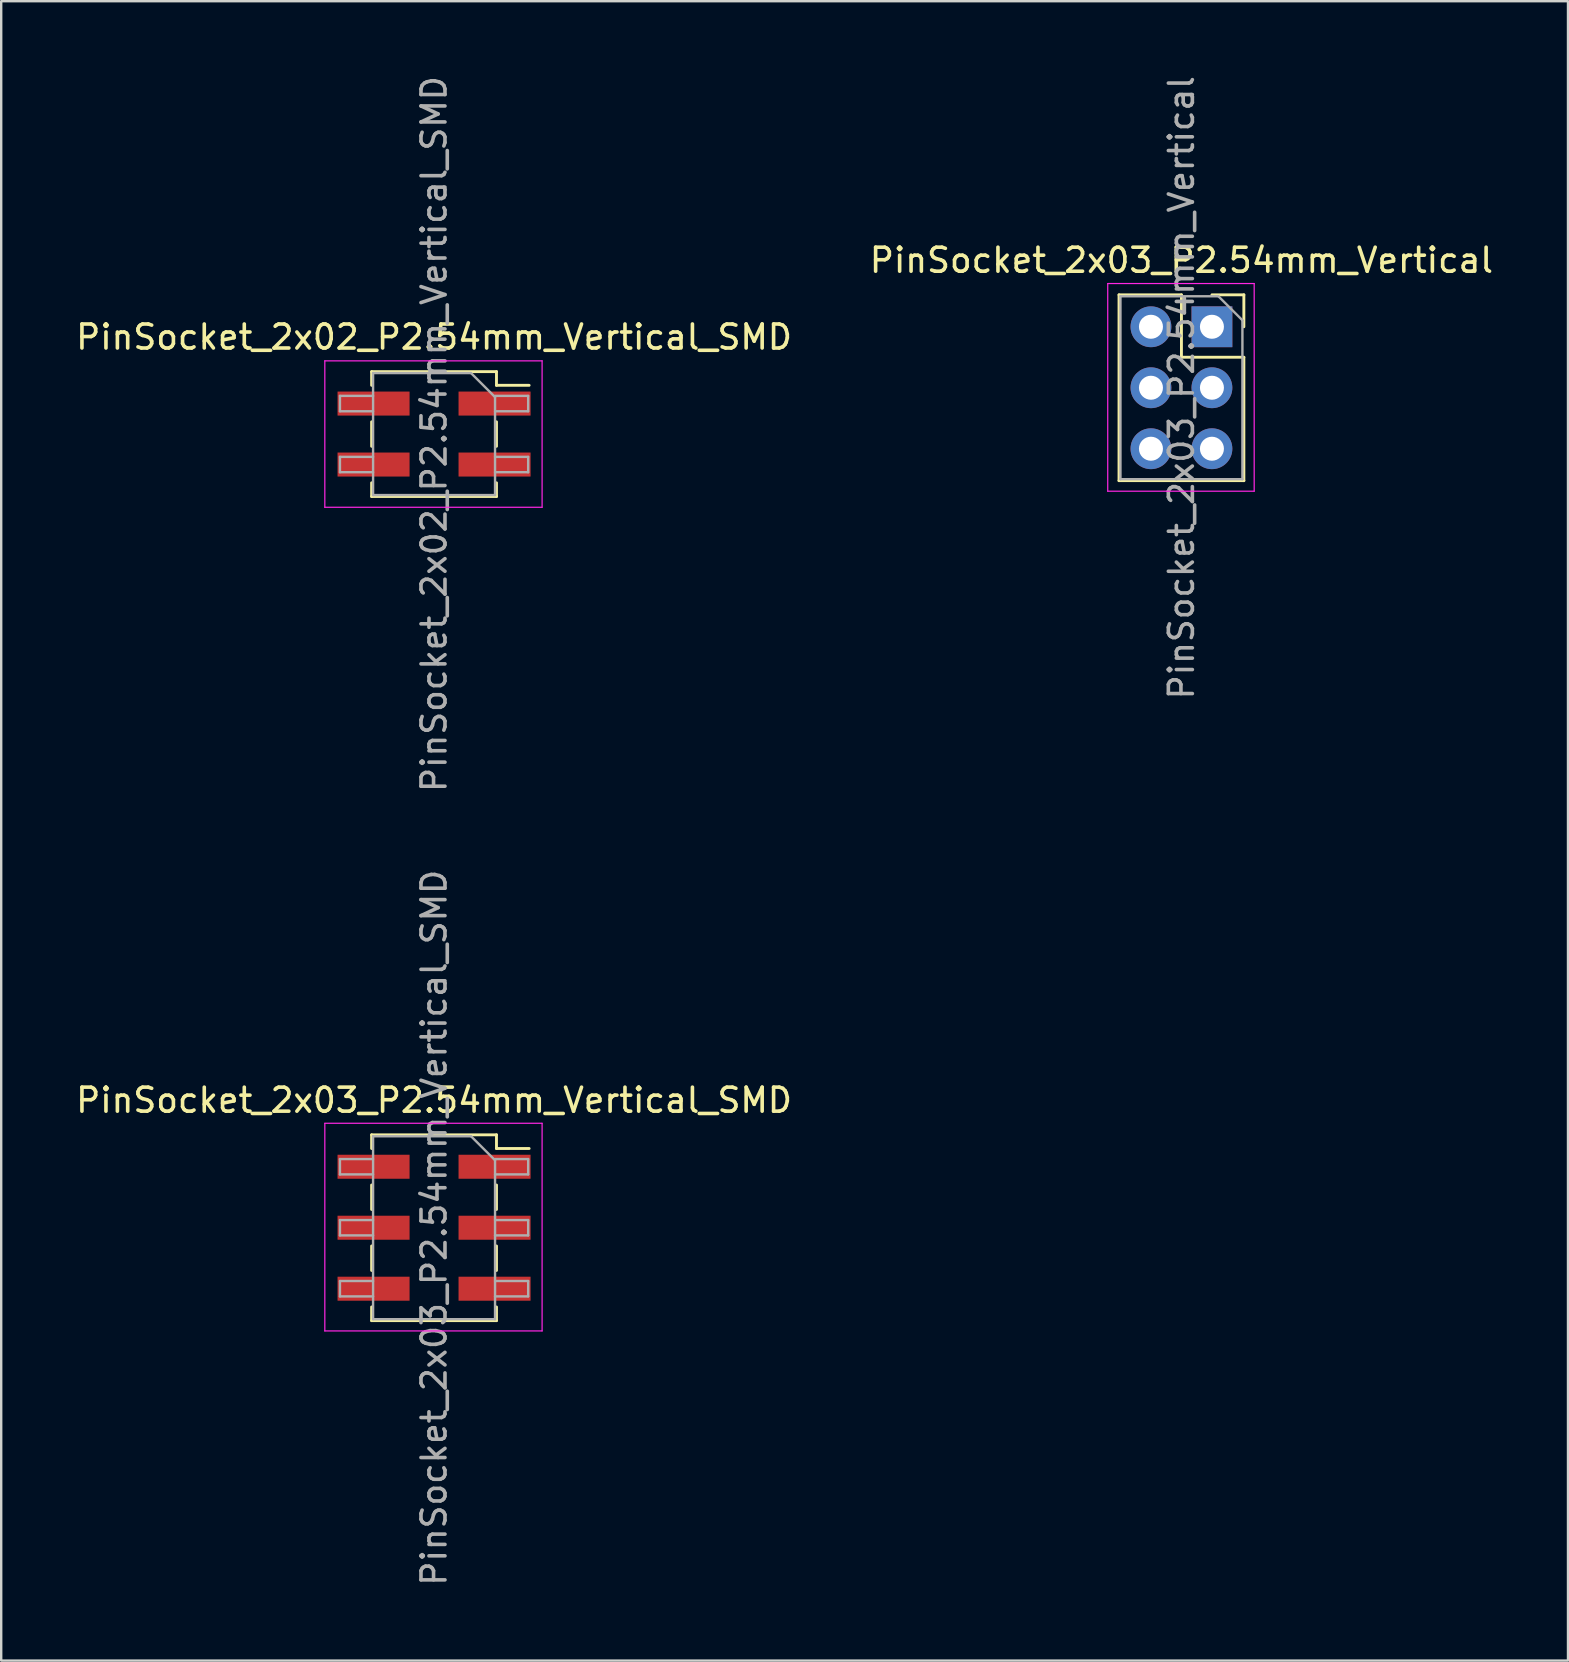
<source format=kicad_pcb>
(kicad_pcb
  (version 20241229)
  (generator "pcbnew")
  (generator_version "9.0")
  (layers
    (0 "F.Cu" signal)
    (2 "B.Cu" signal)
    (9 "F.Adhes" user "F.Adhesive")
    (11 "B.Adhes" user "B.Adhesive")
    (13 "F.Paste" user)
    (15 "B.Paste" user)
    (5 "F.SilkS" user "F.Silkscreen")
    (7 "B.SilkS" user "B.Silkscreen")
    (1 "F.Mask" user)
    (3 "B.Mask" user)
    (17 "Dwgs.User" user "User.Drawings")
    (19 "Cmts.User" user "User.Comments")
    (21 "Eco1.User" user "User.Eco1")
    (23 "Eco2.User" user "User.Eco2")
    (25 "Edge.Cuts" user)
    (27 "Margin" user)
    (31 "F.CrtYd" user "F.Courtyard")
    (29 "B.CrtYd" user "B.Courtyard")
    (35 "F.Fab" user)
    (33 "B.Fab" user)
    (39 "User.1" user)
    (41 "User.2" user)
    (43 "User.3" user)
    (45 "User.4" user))
  (footprint "PinSocket_2x02_P2.54mm_Vertical_SMD"
    (layer "F.Cu")
    (at 15.03 15.03)
    (property "Reference" "PinSocket_2x02_P2.54mm_Vertical_SMD" (at 0 -4.04 0) (layer "F.SilkS") (effects (font (size 1 1) (thickness 0.15))))
    (attr smd)
    (fp_line (start -2.6 -2.6) (end -2.6 -2.03) (stroke (width 0.12) (type solid)) (layer "F.SilkS"))
    (fp_line (start -2.6 -2.6) (end 2.6 -2.6) (stroke (width 0.12) (type solid)) (layer "F.SilkS"))
    (fp_line (start -2.6 -0.51) (end -2.6 0.51) (stroke (width 0.12) (type solid)) (layer "F.SilkS"))
    (fp_line (start -2.6 2.03) (end -2.6 2.6) (stroke (width 0.12) (type solid)) (layer "F.SilkS"))
    (fp_line (start -2.6 2.6) (end 2.6 2.6) (stroke (width 0.12) (type solid)) (layer "F.SilkS"))
    (fp_line (start 2.6 -2.6) (end 2.6 -2.03) (stroke (width 0.12) (type solid)) (layer "F.SilkS"))
    (fp_line (start 2.6 -2.03) (end 3.96 -2.03) (stroke (width 0.12) (type solid)) (layer "F.SilkS"))
    (fp_line (start 2.6 -0.51) (end 2.6 0.51) (stroke (width 0.12) (type solid)) (layer "F.SilkS"))
    (fp_line (start 2.6 2.03) (end 2.6 2.6) (stroke (width 0.12) (type solid)) (layer "F.SilkS"))
    (fp_line (start -4.55 -3.05) (end 4.5 -3.05) (stroke (width 0.05) (type solid)) (layer "F.CrtYd"))
    (fp_line (start -4.55 3.05) (end -4.55 -3.05) (stroke (width 0.05) (type solid)) (layer "F.CrtYd"))
    (fp_line (start 4.5 -3.05) (end 4.5 3.05) (stroke (width 0.05) (type solid)) (layer "F.CrtYd"))
    (fp_line (start 4.5 3.05) (end -4.55 3.05) (stroke (width 0.05) (type solid)) (layer "F.CrtYd"))
    (fp_line (start -3.92 -1.59) (end -2.54 -1.59) (stroke (width 0.1) (type solid)) (layer "F.Fab"))
    (fp_line (start -3.92 -0.95) (end -3.92 -1.59) (stroke (width 0.1) (type solid)) (layer "F.Fab"))
    (fp_line (start -3.92 0.95) (end -2.54 0.95) (stroke (width 0.1) (type solid)) (layer "F.Fab"))
    (fp_line (start -3.92 1.59) (end -3.92 0.95) (stroke (width 0.1) (type solid)) (layer "F.Fab"))
    (fp_line (start -2.54 -2.54) (end 1.54 -2.54) (stroke (width 0.1) (type solid)) (layer "F.Fab"))
    (fp_line (start -2.54 -0.95) (end -3.92 -0.95) (stroke (width 0.1) (type solid)) (layer "F.Fab"))
    (fp_line (start -2.54 1.59) (end -3.92 1.59) (stroke (width 0.1) (type solid)) (layer "F.Fab"))
    (fp_line (start -2.54 2.54) (end -2.54 -2.54) (stroke (width 0.1) (type solid)) (layer "F.Fab"))
    (fp_line (start 1.54 -2.54) (end 2.54 -1.54) (stroke (width 0.1) (type solid)) (layer "F.Fab"))
    (fp_line (start 2.54 -1.59) (end 3.92 -1.59) (stroke (width 0.1) (type solid)) (layer "F.Fab"))
    (fp_line (start 2.54 -1.54) (end 2.54 2.54) (stroke (width 0.1) (type solid)) (layer "F.Fab"))
    (fp_line (start 2.54 0.95) (end 3.92 0.95) (stroke (width 0.1) (type solid)) (layer "F.Fab"))
    (fp_line (start 2.54 2.54) (end -2.54 2.54) (stroke (width 0.1) (type solid)) (layer "F.Fab"))
    (fp_line (start 3.92 -1.59) (end 3.92 -0.95) (stroke (width 0.1) (type solid)) (layer "F.Fab"))
    (fp_line (start 3.92 -0.95) (end 2.54 -0.95) (stroke (width 0.1) (type solid)) (layer "F.Fab"))
    (fp_line (start 3.92 0.95) (end 3.92 1.59) (stroke (width 0.1) (type solid)) (layer "F.Fab"))
    (fp_line (start 3.92 1.59) (end 2.54 1.59) (stroke (width 0.1) (type solid)) (layer "F.Fab"))
    (fp_text user "${REFERENCE}" (at 0 0 90) (layer "F.Fab") (effects (font (size 1 1) (thickness 0.15))))
    (pad "1" smd rect (at 2.52 -1.27) (size 3 1) (layers "F.Cu" "F.Mask" "F.Paste"))
    (pad "2" smd rect (at -2.52 -1.27) (size 3 1) (layers "F.Cu" "F.Mask" "F.Paste"))
    (pad "3" smd rect (at 2.52 1.27) (size 3 1) (layers "F.Cu" "F.Mask" "F.Paste"))
    (pad "4" smd rect (at -2.52 1.27) (size 3 1) (layers "F.Cu" "F.Mask" "F.Paste")))
  (footprint "PinSocket_2x03_P2.54mm_Vertical"
    (layer "F.Cu")
    (at 47.431 10.561)
    (property "Reference" "PinSocket_2x03_P2.54mm_Vertical" (at -1.27 -2.77 0) (layer "F.SilkS") (effects (font (size 1 1) (thickness 0.15))))
    (attr through_hole)
    (fp_line (start -3.87 -1.33) (end -3.87 6.41) (stroke (width 0.12) (type solid)) (layer "F.SilkS"))
    (fp_line (start -3.87 -1.33) (end -1.27 -1.33) (stroke (width 0.12) (type solid)) (layer "F.SilkS"))
    (fp_line (start -3.87 6.41) (end 1.33 6.41) (stroke (width 0.12) (type solid)) (layer "F.SilkS"))
    (fp_line (start -1.27 -1.33) (end -1.27 1.27) (stroke (width 0.12) (type solid)) (layer "F.SilkS"))
    (fp_line (start -1.27 1.27) (end 1.33 1.27) (stroke (width 0.12) (type solid)) (layer "F.SilkS"))
    (fp_line (start 0 -1.33) (end 1.33 -1.33) (stroke (width 0.12) (type solid)) (layer "F.SilkS"))
    (fp_line (start 1.33 -1.33) (end 1.33 0) (stroke (width 0.12) (type solid)) (layer "F.SilkS"))
    (fp_line (start 1.33 1.27) (end 1.33 6.41) (stroke (width 0.12) (type solid)) (layer "F.SilkS"))
    (fp_line (start -4.34 -1.8) (end 1.76 -1.8) (stroke (width 0.05) (type solid)) (layer "F.CrtYd"))
    (fp_line (start -4.34 6.85) (end -4.34 -1.8) (stroke (width 0.05) (type solid)) (layer "F.CrtYd"))
    (fp_line (start 1.76 -1.8) (end 1.76 6.85) (stroke (width 0.05) (type solid)) (layer "F.CrtYd"))
    (fp_line (start 1.76 6.85) (end -4.34 6.85) (stroke (width 0.05) (type solid)) (layer "F.CrtYd"))
    (fp_line (start -3.81 -1.27) (end 0.27 -1.27) (stroke (width 0.1) (type solid)) (layer "F.Fab"))
    (fp_line (start -3.81 6.35) (end -3.81 -1.27) (stroke (width 0.1) (type solid)) (layer "F.Fab"))
    (fp_line (start 0.27 -1.27) (end 1.27 -0.27) (stroke (width 0.1) (type solid)) (layer "F.Fab"))
    (fp_line (start 1.27 -0.27) (end 1.27 6.35) (stroke (width 0.1) (type solid)) (layer "F.Fab"))
    (fp_line (start 1.27 6.35) (end -3.81 6.35) (stroke (width 0.1) (type solid)) (layer "F.Fab"))
    (fp_text user "${REFERENCE}" (at -1.27 2.54 90) (layer "F.Fab") (effects (font (size 1 1) (thickness 0.15))))
    (pad "1" thru_hole rect (at 0 0) (size 1.7 1.7) (drill 1) (layers "*.Cu" "*.Mask"))
    (pad "2" thru_hole oval (at -2.54 0) (size 1.7 1.7) (drill 1) (layers "*.Cu" "*.Mask"))
    (pad "3" thru_hole oval (at 0 2.54) (size 1.7 1.7) (drill 1) (layers "*.Cu" "*.Mask"))
    (pad "4" thru_hole oval (at -2.54 2.54) (size 1.7 1.7) (drill 1) (layers "*.Cu" "*.Mask"))
    (pad "5" thru_hole oval (at 0 5.08) (size 1.7 1.7) (drill 1) (layers "*.Cu" "*.Mask"))
    (pad "6" thru_hole oval (at -2.54 5.08) (size 1.7 1.7) (drill 1) (layers "*.Cu" "*.Mask")))
  (footprint "PinSocket_2x03_P2.54mm_Vertical_SMD"
    (layer "F.Cu")
    (at 15.03 48.089)
    (property "Reference" "PinSocket_2x03_P2.54mm_Vertical_SMD" (at 0 -5.31 0) (layer "F.SilkS") (effects (font (size 1 1) (thickness 0.15))))
    (attr smd)
    (fp_line (start -2.6 -3.87) (end -2.6 -3.3) (stroke (width 0.12) (type solid)) (layer "F.SilkS"))
    (fp_line (start -2.6 -3.87) (end 2.6 -3.87) (stroke (width 0.12) (type solid)) (layer "F.SilkS"))
    (fp_line (start -2.6 -1.78) (end -2.6 -0.76) (stroke (width 0.12) (type solid)) (layer "F.SilkS"))
    (fp_line (start -2.6 0.76) (end -2.6 1.78) (stroke (width 0.12) (type solid)) (layer "F.SilkS"))
    (fp_line (start -2.6 3.3) (end -2.6 3.87) (stroke (width 0.12) (type solid)) (layer "F.SilkS"))
    (fp_line (start -2.6 3.87) (end 2.6 3.87) (stroke (width 0.12) (type solid)) (layer "F.SilkS"))
    (fp_line (start 2.6 -3.87) (end 2.6 -3.3) (stroke (width 0.12) (type solid)) (layer "F.SilkS"))
    (fp_line (start 2.6 -3.3) (end 3.96 -3.3) (stroke (width 0.12) (type solid)) (layer "F.SilkS"))
    (fp_line (start 2.6 -1.78) (end 2.6 -0.76) (stroke (width 0.12) (type solid)) (layer "F.SilkS"))
    (fp_line (start 2.6 0.76) (end 2.6 1.78) (stroke (width 0.12) (type solid)) (layer "F.SilkS"))
    (fp_line (start 2.6 3.3) (end 2.6 3.87) (stroke (width 0.12) (type solid)) (layer "F.SilkS"))
    (fp_line (start -4.55 -4.35) (end 4.5 -4.35) (stroke (width 0.05) (type solid)) (layer "F.CrtYd"))
    (fp_line (start -4.55 4.3) (end -4.55 -4.35) (stroke (width 0.05) (type solid)) (layer "F.CrtYd"))
    (fp_line (start 4.5 -4.35) (end 4.5 4.3) (stroke (width 0.05) (type solid)) (layer "F.CrtYd"))
    (fp_line (start 4.5 4.3) (end -4.55 4.3) (stroke (width 0.05) (type solid)) (layer "F.CrtYd"))
    (fp_line (start -3.92 -2.86) (end -2.54 -2.86) (stroke (width 0.1) (type solid)) (layer "F.Fab"))
    (fp_line (start -3.92 -2.22) (end -3.92 -2.86) (stroke (width 0.1) (type solid)) (layer "F.Fab"))
    (fp_line (start -3.92 -0.32) (end -2.54 -0.32) (stroke (width 0.1) (type solid)) (layer "F.Fab"))
    (fp_line (start -3.92 0.32) (end -3.92 -0.32) (stroke (width 0.1) (type solid)) (layer "F.Fab"))
    (fp_line (start -3.92 2.22) (end -2.54 2.22) (stroke (width 0.1) (type solid)) (layer "F.Fab"))
    (fp_line (start -3.92 2.86) (end -3.92 2.22) (stroke (width 0.1) (type solid)) (layer "F.Fab"))
    (fp_line (start -2.54 -3.81) (end 1.54 -3.81) (stroke (width 0.1) (type solid)) (layer "F.Fab"))
    (fp_line (start -2.54 -2.22) (end -3.92 -2.22) (stroke (width 0.1) (type solid)) (layer "F.Fab"))
    (fp_line (start -2.54 0.32) (end -3.92 0.32) (stroke (width 0.1) (type solid)) (layer "F.Fab"))
    (fp_line (start -2.54 2.86) (end -3.92 2.86) (stroke (width 0.1) (type solid)) (layer "F.Fab"))
    (fp_line (start -2.54 3.81) (end -2.54 -3.81) (stroke (width 0.1) (type solid)) (layer "F.Fab"))
    (fp_line (start 1.54 -3.81) (end 2.54 -2.81) (stroke (width 0.1) (type solid)) (layer "F.Fab"))
    (fp_line (start 2.54 -2.86) (end 3.92 -2.86) (stroke (width 0.1) (type solid)) (layer "F.Fab"))
    (fp_line (start 2.54 -2.81) (end 2.54 3.81) (stroke (width 0.1) (type solid)) (layer "F.Fab"))
    (fp_line (start 2.54 -0.32) (end 3.92 -0.32) (stroke (width 0.1) (type solid)) (layer "F.Fab"))
    (fp_line (start 2.54 2.22) (end 3.92 2.22) (stroke (width 0.1) (type solid)) (layer "F.Fab"))
    (fp_line (start 2.54 3.81) (end -2.54 3.81) (stroke (width 0.1) (type solid)) (layer "F.Fab"))
    (fp_line (start 3.92 -2.86) (end 3.92 -2.22) (stroke (width 0.1) (type solid)) (layer "F.Fab"))
    (fp_line (start 3.92 -2.22) (end 2.54 -2.22) (stroke (width 0.1) (type solid)) (layer "F.Fab"))
    (fp_line (start 3.92 -0.32) (end 3.92 0.32) (stroke (width 0.1) (type solid)) (layer "F.Fab"))
    (fp_line (start 3.92 0.32) (end 2.54 0.32) (stroke (width 0.1) (type solid)) (layer "F.Fab"))
    (fp_line (start 3.92 2.22) (end 3.92 2.86) (stroke (width 0.1) (type solid)) (layer "F.Fab"))
    (fp_line (start 3.92 2.86) (end 2.54 2.86) (stroke (width 0.1) (type solid)) (layer "F.Fab"))
    (fp_text user "${REFERENCE}" (at 0 0 90) (layer "F.Fab") (effects (font (size 1 1) (thickness 0.15))))
    (pad "1" smd rect (at 2.52 -2.54) (size 3 1) (layers "F.Cu" "F.Mask" "F.Paste"))
    (pad "2" smd rect (at -2.52 -2.54) (size 3 1) (layers "F.Cu" "F.Mask" "F.Paste"))
    (pad "3" smd rect (at 2.52 0) (size 3 1) (layers "F.Cu" "F.Mask" "F.Paste"))
    (pad "4" smd rect (at -2.52 0) (size 3 1) (layers "F.Cu" "F.Mask" "F.Paste"))
    (pad "5" smd rect (at 2.52 2.54) (size 3 1) (layers "F.Cu" "F.Mask" "F.Paste"))
    (pad "6" smd rect (at -2.52 2.54) (size 3 1) (layers "F.Cu" "F.Mask" "F.Paste")))
  (gr_rect
    (start -3 -3)
    (end 62.262 66.119)
    (stroke (width 0.1) (type default))
    (fill no)
    (layer "Edge.Cuts")))
</source>
